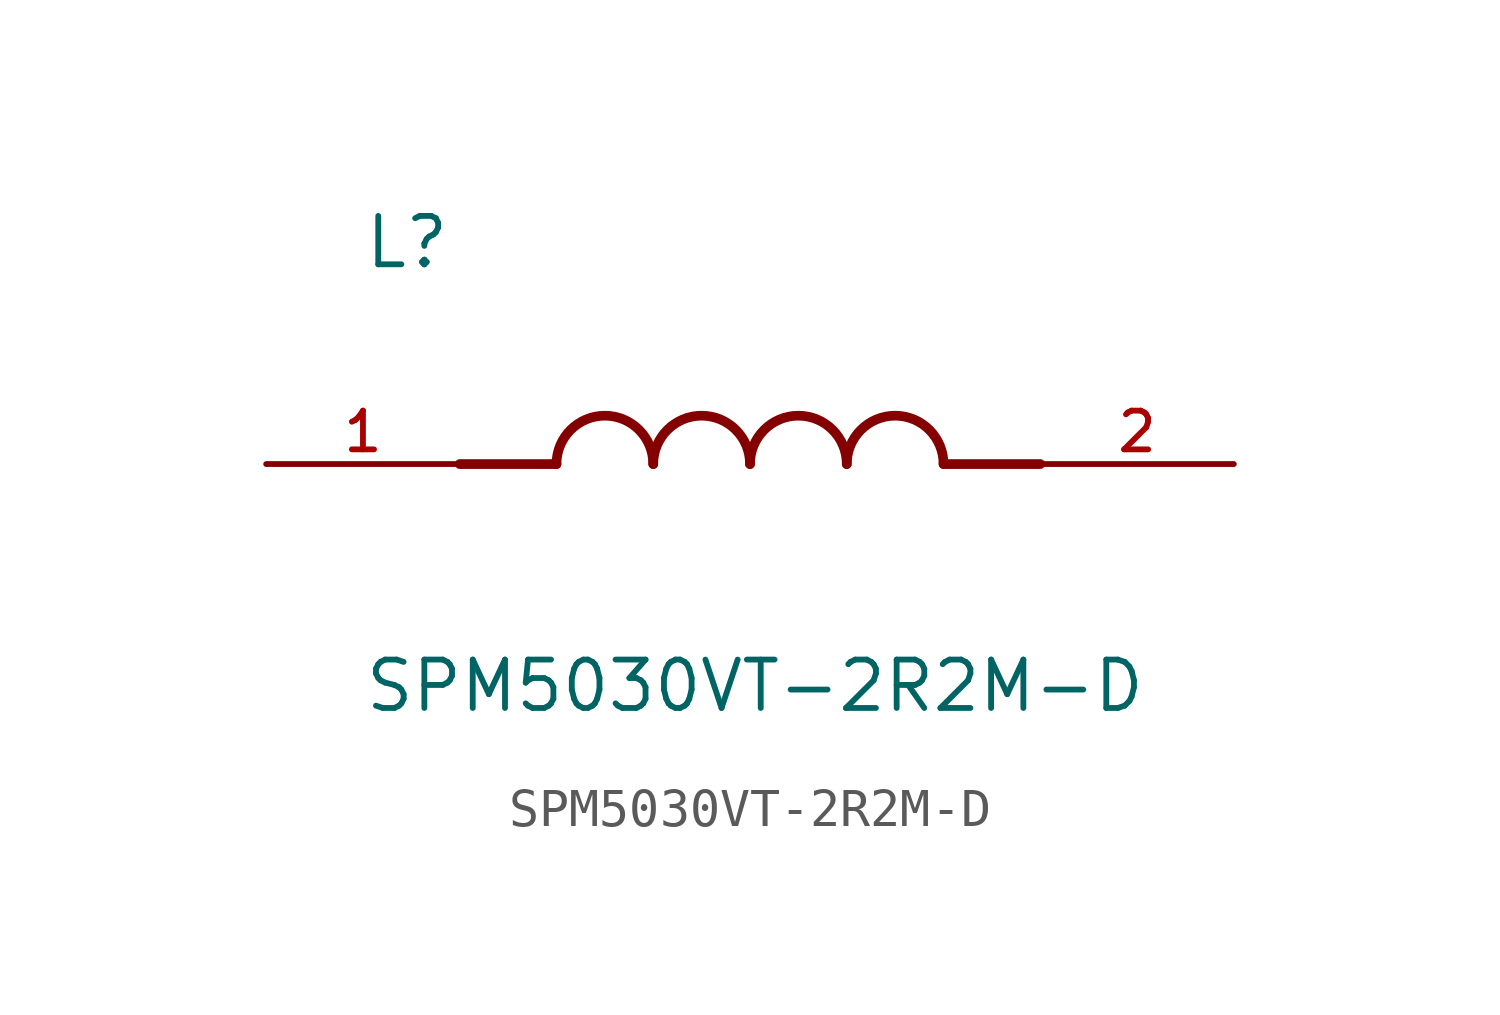
<source format=kicad_sym>
(kicad_symbol_lib
  (version 20211014)
  (generator kicad_symbol_editor)
  (symbol "SPM5030VT-2R2M-D"
    (pin_names
      (offset 1.016))
    (property "Reference" "L"
      (at -10.16 5.08 0)
      (effects (font (size 1.27 1.27)) (justify bottom left)))
    (property "Value" "SPM5030VT-2R2M-D"
      (at -10.16 -5.08 0)
      (effects (font (size 1.27 1.27)) (justify top left)))
    (symbol "SPM5030VT-2R2M-D_0_0"
      (polyline (pts (xy -5.08 0.0) (xy -7.62 0.0)) (stroke (width 0.254)))
      (polyline (pts (xy 5.08 0.0) (xy 7.62 0.0)) (stroke (width 0.254)))
      (arc (start -2.54 0.0) (mid -3.81 1.27) (end -5.08 0.0) (stroke (width 0.254) (type default) (color 0 0 0 0)) (fill (type none)))
      (arc (start 0.0 0.0) (mid -1.27 1.27) (end -2.54 0.0) (stroke (width 0.254) (type default) (color 0 0 0 0)) (fill (type none)))
      (arc (start 2.54 0.0) (mid 1.27 1.27) (end 0.0 0.0) (stroke (width 0.254) (type default) (color 0 0 0 0)) (fill (type none)))
      (arc (start 5.08 0.0) (mid 3.81 1.27) (end 2.54 0.0) (stroke (width 0.254) (type default) (color 0 0 0 0)) (fill (type none)))
      (pin passive line (at -12.7 0.0 0) (length 5.08) (name "~" (effects (font (size 1.016 1.016)))) (number "1" (effects (font (size 1.016 1.016)))))
      (pin passive line (at 12.7 0.0 180.0) (length 5.08) (name "~" (effects (font (size 1.016 1.016)))) (number "2" (effects (font (size 1.016 1.016))))))))
</source>
